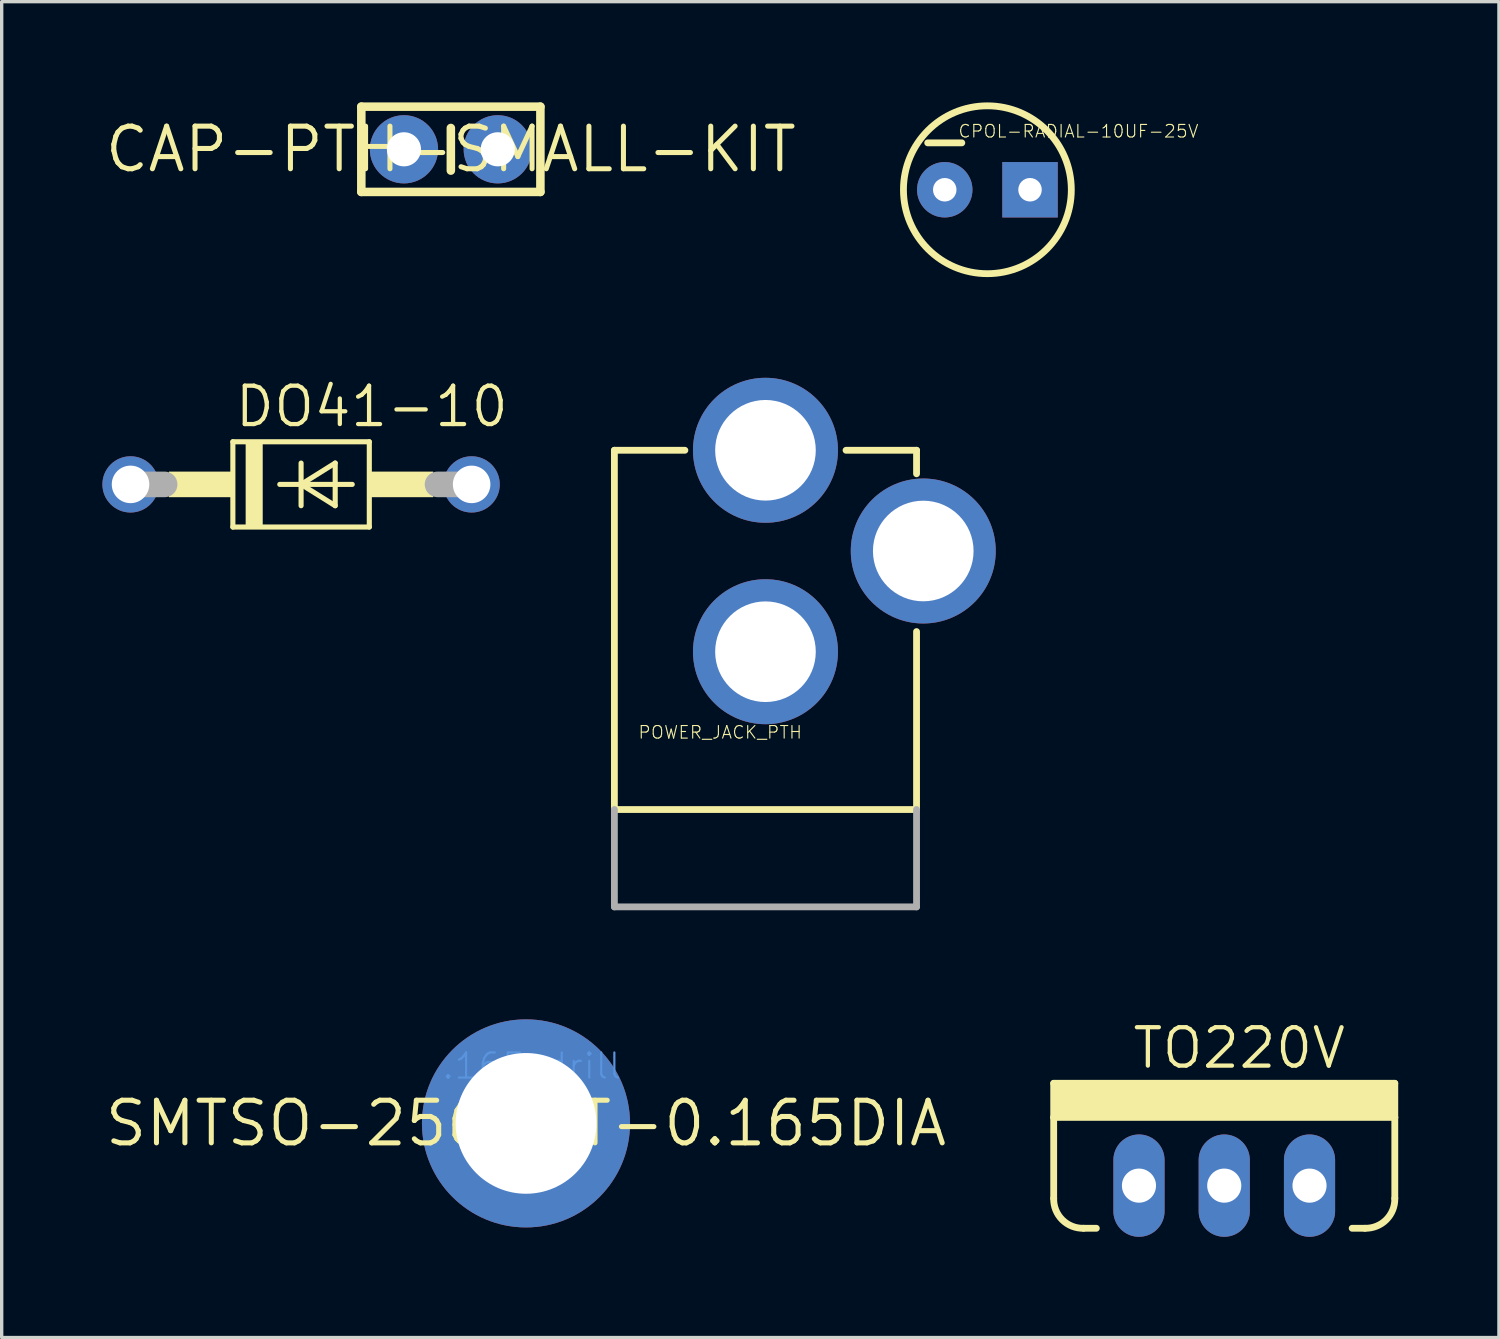
<source format=kicad_pcb>
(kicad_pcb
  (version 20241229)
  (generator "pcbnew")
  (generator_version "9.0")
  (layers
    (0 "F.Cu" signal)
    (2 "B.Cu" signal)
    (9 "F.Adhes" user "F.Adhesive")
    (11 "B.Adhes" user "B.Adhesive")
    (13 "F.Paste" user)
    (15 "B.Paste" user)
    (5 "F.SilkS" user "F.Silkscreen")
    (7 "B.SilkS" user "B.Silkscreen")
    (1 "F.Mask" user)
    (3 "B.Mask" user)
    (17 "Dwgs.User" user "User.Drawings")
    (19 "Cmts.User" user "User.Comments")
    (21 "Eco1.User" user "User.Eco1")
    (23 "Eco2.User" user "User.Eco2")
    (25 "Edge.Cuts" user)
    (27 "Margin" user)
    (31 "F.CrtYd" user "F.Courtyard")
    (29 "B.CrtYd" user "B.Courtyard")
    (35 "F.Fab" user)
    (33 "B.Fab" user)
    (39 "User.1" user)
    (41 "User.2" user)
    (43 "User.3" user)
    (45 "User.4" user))
  (footprint "POWER_JACK_PTH"
    (layer "F.Cu")
    (at 19.75 24.062)
    (property "Reference" "POWER_JACK_PTH" (at -3.81 -5.08 0) (unlocked yes) (layer "F.SilkS") (effects (font (size 0.374 0.374) (thickness 0.033)) (justify left bottom)))
    (fp_line (start -4.5 -13.7) (end -2.4 -13.7) (stroke (width 0.203) (type solid)) (layer "F.SilkS"))
    (fp_line (start -4.5 -3) (end -4.5 -13.7) (stroke (width 0.203) (type solid)) (layer "F.SilkS"))
    (fp_line (start -4.5 -3) (end 4.5 -3) (stroke (width 0.203) (type solid)) (layer "F.SilkS"))
    (fp_line (start 4.5 -13.7) (end 2.4 -13.7) (stroke (width 0.203) (type solid)) (layer "F.SilkS"))
    (fp_line (start 4.5 -13.7) (end 4.5 -13) (stroke (width 0.203) (type solid)) (layer "F.SilkS"))
    (fp_line (start 4.5 -3) (end 4.5 -8.3) (stroke (width 0.203) (type solid)) (layer "F.SilkS"))
    (fp_line (start -4.5 -3) (end -4.5 -0.1) (stroke (width 0.203) (type solid)) (layer "F.Fab"))
    (fp_line (start 4.5 -0.1) (end -4.5 -0.1) (stroke (width 0.203) (type solid)) (layer "F.Fab"))
    (fp_line (start 4.5 -0.1) (end 4.5 -3) (stroke (width 0.203) (type solid)) (layer "F.Fab"))
    (pad "GND" thru_hole circle (at 0 -7.7) (size 4.318 4.318) (drill 2.997) (layers "*.Cu" "*.Mask"))
    (pad "GNDBREAK" thru_hole circle (at 4.7 -10.7 90) (size 4.318 4.318) (drill 2.997) (layers "*.Cu" "*.Mask"))
    (pad "PWR" thru_hole circle (at 0 -13.7) (size 4.318 4.318) (drill 2.997) (layers "*.Cu" "*.Mask")))
  (footprint "SMTSO-256-ET-0.165DIA"
    (layer "F.Cu")
    (at 12.617 30.411)
    (property "Reference" "SMTSO-256-ET-0.165DIA" (at 0 0 0) (layer "F.SilkS") (effects (font (size 1.27 1.27) (thickness 0.15))))
    (fp_arc (start -2.286 -1.016) (mid -1.768905 -1.768905) (end -1.016 -2.286) (stroke (width 1.016) (type solid)) (layer "F.Paste"))
    (fp_arc (start -1.016 2.286) (mid -1.768905 1.768905) (end -2.286 1.016) (stroke (width 1.016) (type solid)) (layer "F.Paste"))
    (fp_arc (start 1.016 -2.286) (mid 1.768905 -1.768905) (end 2.286 -1.016) (stroke (width 1.016) (type solid)) (layer "F.Paste"))
    (fp_arc (start 2.286 1.016) (mid 1.768905 1.768905) (end 1.016 2.286) (stroke (width 1.016) (type solid)) (layer "F.Paste"))
    (fp_circle (center 0 0) (end 1.016 0) (stroke (width 0.127) (type solid)) (fill no) (layer "F.Fab"))
    (fp_text user ".165 drill" (at -2.54 -1.27 0) (unlocked yes) (layer "Cmts.User") (effects (font (size 0.748 0.748) (thickness 0.065)) (justify left bottom)))
    (pad "P$1" thru_hole circle (at 0 0) (size 6.198 6.198) (drill 4.191) (layers "*.Cu" "*.Mask")))
  (footprint "CPOL-RADIAL-10UF-25V"
    (layer "F.Cu")
    (at 26.36 2.602)
    (property "Reference" "CPOL-RADIAL-10UF-25V" (at -0.889 -1.524 0) (unlocked yes) (layer "F.SilkS") (effects (font (size 0.374 0.374) (thickness 0.033)) (justify left bottom)))
    (fp_line (start -0.762 -1.397) (end -1.778 -1.397) (stroke (width 0.203) (type solid)) (layer "F.SilkS"))
    (fp_circle (center 0 0) (end 2.5 0) (stroke (width 0.203) (type solid)) (fill no) (layer "F.SilkS"))
    (pad "1" thru_hole rect (at 1.27 0) (size 1.651 1.651) (drill 0.7) (layers "*.Cu" "*.Mask"))
    (pad "2" thru_hole circle (at -1.27 0) (size 1.651 1.651) (drill 0.7) (layers "*.Cu" "*.Mask")))
  (footprint "CAP-PTH-SMALL-KIT"
    (layer "F.Cu")
    (at 10.379 1.397)
    (property "Reference" "CAP-PTH-SMALL-KIT" (at 0 0 0) (layer "F.SilkS") (effects (font (size 1.27 1.27) (thickness 0.15))))
    (fp_poly (pts (xy -1.245 -0.488) (xy -1.103 -0.413) (xy -0.988 -0.294) (xy -0.898 0.001) (xy -0.924 0.161) (xy -0.997 0.3) (xy -1.109 0.41) (xy -1.25 0.481) (xy -1.345 0.495) (xy -1.346 0.511) (xy -1.558 0.483) (xy -1.698 0.415) (xy -1.815 0.304) (xy -1.914 0.022) (xy -1.892 -0.144) (xy -1.822 -0.291) (xy -1.706 -0.413) (xy -1.426 -0.512) (xy -1.405 -0.452) (xy -1.394 -0.515)) (stroke (width 0) (type default)) (fill yes) (layer "F.Mask"))
    (fp_poly (pts (xy 1.554 -0.488) (xy 1.696 -0.413) (xy 1.811 -0.294) (xy 1.897 -0.013) (xy 1.836 0.005) (xy 1.899 0.016) (xy 1.875 0.161) (xy 1.802 0.3) (xy 1.69 0.41) (xy 1.549 0.481) (xy 1.454 0.495) (xy 1.453 0.511) (xy 1.241 0.483) (xy 1.101 0.415) (xy 0.984 0.304) (xy 0.885 0.022) (xy 0.907 -0.144) (xy 0.977 -0.291) (xy 1.093 -0.413) (xy 1.373 -0.512) (xy 1.394 -0.452) (xy 1.405 -0.515)) (stroke (width 0) (type default)) (fill yes) (layer "F.Mask"))
    (fp_poly (pts (xy 1.596 -0.999) (xy 1.788 -0.937) (xy 1.964 -0.84) (xy 2.118 -0.71) (xy 2.243 -0.552) (xy 2.336 -0.373) (xy 2.391 -0.179) (xy 2.403 -0.04) (xy 2.415 -0.039) (xy 2.408 0.021) (xy 2.413 0.081) (xy 2.402 0.082) (xy 2.387 0.216) (xy 2.328 0.403) (xy 2.234 0.575) (xy 2.107 0.726) (xy 1.954 0.849) (xy 1.78 0.939) (xy 1.592 0.994) (xy 1.458 1.006) (xy 1.458 1.016) (xy 1.397 1.011) (xy 1.336 1.017) (xy 1.336 1.006) (xy 1.201 0.995) (xy 1.012 0.94) (xy 0.837 0.849) (xy 0.682 0.726) (xy 0.555 0.575) (xy 0.459 0.4) (xy 0.378 0.022) (xy 0.396 -0.182) (xy 0.452 -0.376) (xy 0.545 -0.554) (xy 0.671 -0.712) (xy 0.825 -0.841) (xy 1.004 -0.94) (xy 1.391 -1.022)) (stroke (width 0) (type default)) (fill yes) (layer "B.Mask"))
    (fp_poly (pts (xy -1.203 -0.999) (xy -1.011 -0.937) (xy -0.835 -0.84) (xy -0.681 -0.71) (xy -0.556 -0.552) (xy -0.463 -0.373) (xy -0.408 -0.179) (xy -0.396 -0.04) (xy -0.384 -0.039) (xy -0.391 0.021) (xy -0.386 0.081) (xy -0.397 0.082) (xy -0.412 0.216) (xy -0.471 0.403) (xy -0.566 0.575) (xy -0.692 0.726) (xy -0.845 0.849) (xy -1.019 0.939) (xy -1.207 0.994) (xy -1.341 1.006) (xy -1.341 1.016) (xy -1.402 1.011) (xy -1.463 1.017) (xy -1.463 1.006) (xy -1.598 0.995) (xy -1.787 0.94) (xy -1.962 0.849) (xy -2.117 0.726) (xy -2.244 0.575) (xy -2.341 0.4) (xy -2.409 0.079) (xy -2.426 0.078) (xy -2.403 -0.182) (xy -2.347 -0.376) (xy -2.254 -0.554) (xy -2.128 -0.712) (xy -1.974 -0.841) (xy -1.795 -0.94) (xy -1.408 -1.022)) (stroke (width 0) (type default)) (fill yes) (layer "B.Mask"))
    (fp_line (start -2.667 -1.27) (end 2.667 -1.27) (stroke (width 0.254) (type solid)) (layer "F.SilkS"))
    (fp_line (start -2.667 1.27) (end -2.667 -1.27) (stroke (width 0.254) (type solid)) (layer "F.SilkS"))
    (fp_line (start 0 -0.635) (end 0 0.635) (stroke (width 0.254) (type solid)) (layer "F.SilkS"))
    (fp_line (start 2.667 -1.27) (end 2.667 1.27) (stroke (width 0.254) (type solid)) (layer "F.SilkS"))
    (fp_line (start 2.667 1.27) (end -2.667 1.27) (stroke (width 0.254) (type solid)) (layer "F.SilkS"))
    (pad "1" thru_hole circle (at -1.397 0) (size 2.032 2.032) (drill 1.016) (layers "*.Cu"))
    (pad "2" thru_hole circle (at 1.397 0) (size 2.032 2.032) (drill 1.016) (layers "*.Cu")))
  (footprint "TO220V"
    (layer "F.Cu")
    (at 33.415 32.265)
    (property "Reference" "TO220V" (at -2.794 -3.429 0) (unlocked yes) (layer "F.SilkS") (effects (font (size 1.143 1.143) (thickness 0.127)) (justify left bottom)))
    (fp_line (start -5.08 -3.048) (end 5.08 -3.048) (stroke (width 0.203) (type solid)) (layer "F.SilkS"))
    (fp_line (start -5.08 -2.032) (end -5.08 -3.048) (stroke (width 0.203) (type solid)) (layer "F.SilkS"))
    (fp_line (start -5.08 -2.032) (end -5.08 0.381) (stroke (width 0.203) (type solid)) (layer "F.SilkS"))
    (fp_line (start -4.191 1.27) (end -3.81 1.27) (stroke (width 0.203) (type solid)) (layer "F.SilkS"))
    (fp_line (start 4.191 1.27) (end 3.81 1.27) (stroke (width 0.203) (type solid)) (layer "F.SilkS"))
    (fp_line (start 5.08 -3.048) (end 5.08 -2.032) (stroke (width 0.203) (type solid)) (layer "F.SilkS"))
    (fp_line (start 5.08 -2.032) (end -5.08 -2.032) (stroke (width 0.203) (type solid)) (layer "F.SilkS"))
    (fp_line (start 5.08 -2.032) (end 5.08 0.381) (stroke (width 0.203) (type solid)) (layer "F.SilkS"))
    (fp_arc (start -4.190998 1.27) (mid -4.826009 1.016011) (end -5.08 0.381) (stroke (width 0.2032) (type solid)) (layer "F.SilkS"))
    (fp_arc (start 5.08 0.380998) (mid 4.826011 1.016009) (end 4.191 1.27) (stroke (width 0.2032) (type solid)) (layer "F.SilkS"))
    (fp_poly (pts (xy -5.08 -2.032) (xy 5.08 -2.032) (xy 5.08 -3.048) (xy -5.08 -3.048)) (stroke (width 0) (type default)) (fill yes) (layer "F.SilkS"))
    (pad "1" thru_hole oval (at -2.54 0 90) (size 3.048 1.524) (drill 1.016) (layers "*.Cu" "*.Mask"))
    (pad "2" thru_hole oval (at 0 0 90) (size 3.048 1.524) (drill 1.016) (layers "*.Cu" "*.Mask"))
    (pad "3" thru_hole oval (at 2.54 0 90) (size 3.048 1.524) (drill 1.016) (layers "*.Cu" "*.Mask")))
  (footprint "DO41-10"
    (layer "F.Cu")
    (at 5.918 11.378)
    (property "Reference" "DO41-10" (at -2.032 -1.651 0) (unlocked yes) (layer "F.SilkS") (effects (font (size 1.143 1.143) (thickness 0.127)) (justify left bottom)))
    (fp_line (start -2.032 -1.27) (end -2.032 1.27) (stroke (width 0.152) (type solid)) (layer "F.SilkS"))
    (fp_line (start -2.032 -1.27) (end 2.032 -1.27) (stroke (width 0.152) (type solid)) (layer "F.SilkS"))
    (fp_line (start -0.635 0) (end 0 0) (stroke (width 0.152) (type solid)) (layer "F.SilkS"))
    (fp_line (start 0 -0.635) (end 0 0) (stroke (width 0.152) (type solid)) (layer "F.SilkS"))
    (fp_line (start 0 0) (end 0 0.635) (stroke (width 0.152) (type solid)) (layer "F.SilkS"))
    (fp_line (start 0 0) (end 1.016 -0.635) (stroke (width 0.152) (type solid)) (layer "F.SilkS"))
    (fp_line (start 0 0) (end 1.524 0) (stroke (width 0.152) (type solid)) (layer "F.SilkS"))
    (fp_line (start 1.016 -0.635) (end 1.016 0.635) (stroke (width 0.152) (type solid)) (layer "F.SilkS"))
    (fp_line (start 1.016 0.635) (end 0 0) (stroke (width 0.152) (type solid)) (layer "F.SilkS"))
    (fp_line (start 2.032 1.27) (end -2.032 1.27) (stroke (width 0.152) (type solid)) (layer "F.SilkS"))
    (fp_line (start 2.032 1.27) (end 2.032 -1.27) (stroke (width 0.152) (type solid)) (layer "F.SilkS"))
    (fp_poly (pts (xy -3.937 0.381) (xy -2.032 0.381) (xy -2.032 -0.381) (xy -3.937 -0.381)) (stroke (width 0) (type default)) (fill yes) (layer "F.SilkS"))
    (fp_poly (pts (xy -1.651 1.27) (xy -1.143 1.27) (xy -1.143 -1.27) (xy -1.651 -1.27)) (stroke (width 0) (type default)) (fill yes) (layer "F.SilkS"))
    (fp_poly (pts (xy 2.032 0.381) (xy 3.937 0.381) (xy 3.937 -0.381) (xy 2.032 -0.381)) (stroke (width 0) (type default)) (fill yes) (layer "F.SilkS"))
    (fp_line (start -5.08 0) (end -4.064 0) (stroke (width 0.762) (type solid)) (layer "F.Fab"))
    (fp_line (start 5.08 0) (end 4.064 0) (stroke (width 0.762) (type solid)) (layer "F.Fab"))
    (pad "A" thru_hole circle (at 5.08 0) (size 1.676 1.676) (drill 1.118) (layers "*.Cu" "*.Mask"))
    (pad "C" thru_hole circle (at -5.08 0) (size 1.676 1.676) (drill 1.118) (layers "*.Cu" "*.Mask")))
  (gr_rect
    (start -3 -3)
    (end 41.597 36.789)
    (stroke (width 0.1) (type default))
    (fill no)
    (layer "Edge.Cuts")))
</source>
